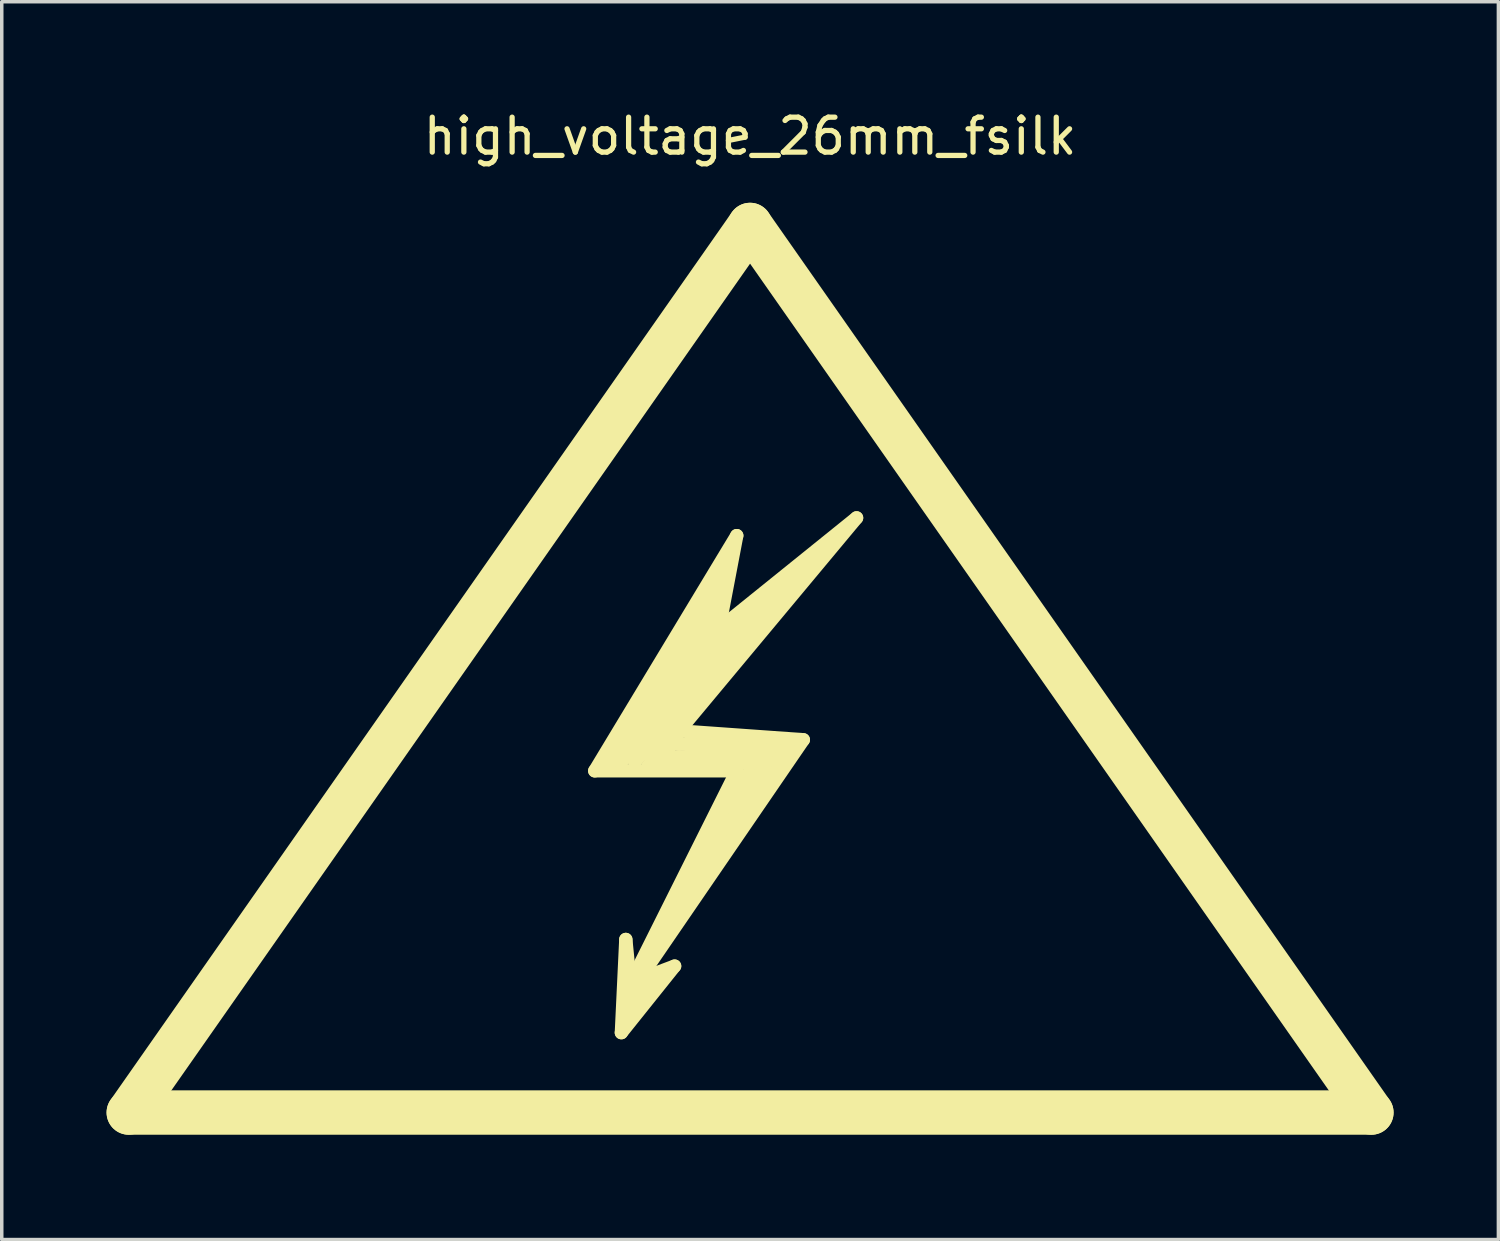
<source format=kicad_pcb>
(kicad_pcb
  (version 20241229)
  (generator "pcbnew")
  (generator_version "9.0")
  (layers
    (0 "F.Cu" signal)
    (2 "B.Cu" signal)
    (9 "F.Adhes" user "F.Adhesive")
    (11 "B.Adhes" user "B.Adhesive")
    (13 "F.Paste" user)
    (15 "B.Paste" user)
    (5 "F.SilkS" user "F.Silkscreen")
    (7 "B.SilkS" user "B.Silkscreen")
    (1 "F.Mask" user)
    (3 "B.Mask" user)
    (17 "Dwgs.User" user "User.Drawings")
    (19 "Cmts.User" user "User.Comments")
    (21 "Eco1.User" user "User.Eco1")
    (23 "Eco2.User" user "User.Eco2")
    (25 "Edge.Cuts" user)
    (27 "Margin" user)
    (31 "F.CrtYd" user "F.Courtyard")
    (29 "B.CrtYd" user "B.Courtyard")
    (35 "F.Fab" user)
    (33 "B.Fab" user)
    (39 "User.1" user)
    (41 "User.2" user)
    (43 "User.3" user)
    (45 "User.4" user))
  (footprint "high_voltage_26mm_fsilk"
    (layer "F.Cu")
    (at 18.415 18.628)
    (property "Reference" "high_voltage_26mm_fsilk" (at 0 -17.78 0) (layer "F.SilkS") (effects (font (size 1 1) (thickness 0.15))))
    (attr exclude_from_pos_files exclude_from_bom)
    (fp_line (start -17.78 10.16) (end 0 -15.24) (stroke (width 1.27) (type solid)) (layer "F.SilkS"))
    (fp_line (start -4.445 0.381) (end -0.381 0.381) (stroke (width 0.381) (type solid)) (layer "F.SilkS"))
    (fp_line (start -4.064 0.254) (end -0.889 -4.318) (stroke (width 0.381) (type solid)) (layer "F.SilkS"))
    (fp_line (start -3.683 0.127) (end -1.016 -3.556) (stroke (width 0.381) (type solid)) (layer "F.SilkS"))
    (fp_line (start -3.683 7.874) (end -2.159 5.969) (stroke (width 0.381) (type solid)) (layer "F.SilkS"))
    (fp_line (start -3.556 5.207) (end -3.683 7.874) (stroke (width 0.381) (type solid)) (layer "F.SilkS"))
    (fp_line (start -3.556 7.239) (end -3.175 6.35) (stroke (width 0.381) (type solid)) (layer "F.SilkS"))
    (fp_line (start -3.429 6.477) (end -3.556 5.207) (stroke (width 0.381) (type solid)) (layer "F.SilkS"))
    (fp_line (start -3.302 0.127) (end 1.397 -5.207) (stroke (width 0.381) (type solid)) (layer "F.SilkS"))
    (fp_line (start -3.175 6.096) (end -3.048 6.223) (stroke (width 0.381) (type solid)) (layer "F.SilkS"))
    (fp_line (start -3.175 6.35) (end -3.048 5.969) (stroke (width 0.381) (type solid)) (layer "F.SilkS"))
    (fp_line (start -3.175 6.35) (end 1.524 -0.508) (stroke (width 0.381) (type solid)) (layer "F.SilkS"))
    (fp_line (start -3.048 5.969) (end -3.175 6.096) (stroke (width 0.381) (type solid)) (layer "F.SilkS"))
    (fp_line (start -2.921 0.254) (end 0.762 0.127) (stroke (width 0.381) (type solid)) (layer "F.SilkS"))
    (fp_line (start -2.794 6.477) (end -3.556 7.239) (stroke (width 0.381) (type solid)) (layer "F.SilkS"))
    (fp_line (start -2.667 5.461) (end 0.127 0.127) (stroke (width 0.381) (type solid)) (layer "F.SilkS"))
    (fp_line (start -2.413 0) (end 0.635 -0.127) (stroke (width 0.381) (type solid)) (layer "F.SilkS"))
    (fp_line (start -2.286 -1.524) (end 0.254 -4.445) (stroke (width 0.381) (type solid)) (layer "F.SilkS"))
    (fp_line (start -2.286 -1.016) (end -2.032 -0.381) (stroke (width 0.381) (type solid)) (layer "F.SilkS"))
    (fp_line (start -2.286 -0.381) (end -2.413 0) (stroke (width 0.381) (type solid)) (layer "F.SilkS"))
    (fp_line (start -2.159 5.969) (end -3.175 6.35) (stroke (width 0.381) (type solid)) (layer "F.SilkS"))
    (fp_line (start -2.032 -0.762) (end 3.048 -6.858) (stroke (width 0.381) (type solid)) (layer "F.SilkS"))
    (fp_line (start -1.016 -3.556) (end -3.302 0.127) (stroke (width 0.381) (type solid)) (layer "F.SilkS"))
    (fp_line (start -0.889 -4.318) (end -3.683 0.127) (stroke (width 0.381) (type solid)) (layer "F.SilkS"))
    (fp_line (start -0.889 -3.683) (end -0.381 -6.35) (stroke (width 0.381) (type solid)) (layer "F.SilkS"))
    (fp_line (start -0.762 -5.588) (end -0.889 -4.953) (stroke (width 0.381) (type solid)) (layer "F.SilkS"))
    (fp_line (start -0.762 -5.08) (end -4.064 0.254) (stroke (width 0.381) (type solid)) (layer "F.SilkS"))
    (fp_line (start -0.381 -6.35) (end -4.445 0.381) (stroke (width 0.381) (type solid)) (layer "F.SilkS"))
    (fp_line (start -0.381 0.381) (end -3.429 6.477) (stroke (width 0.381) (type solid)) (layer "F.SilkS"))
    (fp_line (start 0 -15.24) (end 17.78 10.16) (stroke (width 1.27) (type solid)) (layer "F.SilkS"))
    (fp_line (start 0.127 0.127) (end 0.762 0.127) (stroke (width 0.381) (type solid)) (layer "F.SilkS"))
    (fp_line (start 0.254 -4.445) (end -2.921 0.254) (stroke (width 0.381) (type solid)) (layer "F.SilkS"))
    (fp_line (start 0.635 -0.127) (end -2.667 5.461) (stroke (width 0.381) (type solid)) (layer "F.SilkS"))
    (fp_line (start 0.762 0.127) (end -0.508 2.159) (stroke (width 0.381) (type solid)) (layer "F.SilkS"))
    (fp_line (start 0.762 0.127) (end 1.143 -0.381) (stroke (width 0.381) (type solid)) (layer "F.SilkS"))
    (fp_line (start 1.143 -0.381) (end -2.286 -0.381) (stroke (width 0.381) (type solid)) (layer "F.SilkS"))
    (fp_line (start 1.397 -5.207) (end -2.286 -1.524) (stroke (width 0.381) (type solid)) (layer "F.SilkS"))
    (fp_line (start 1.524 -0.508) (end -2.032 -0.762) (stroke (width 0.381) (type solid)) (layer "F.SilkS"))
    (fp_line (start 1.778 -5.461) (end -1.143 -3.175) (stroke (width 0.381) (type solid)) (layer "F.SilkS"))
    (fp_line (start 3.048 -6.858) (end -0.889 -3.683) (stroke (width 0.381) (type solid)) (layer "F.SilkS"))
    (fp_line (start 17.78 10.16) (end -17.78 10.16) (stroke (width 1.27) (type solid)) (layer "F.SilkS")))
  (gr_rect
    (start -3 -3)
    (end 39.83 32.423)
    (stroke (width 0.1) (type default))
    (fill no)
    (layer "Edge.Cuts")))
</source>
